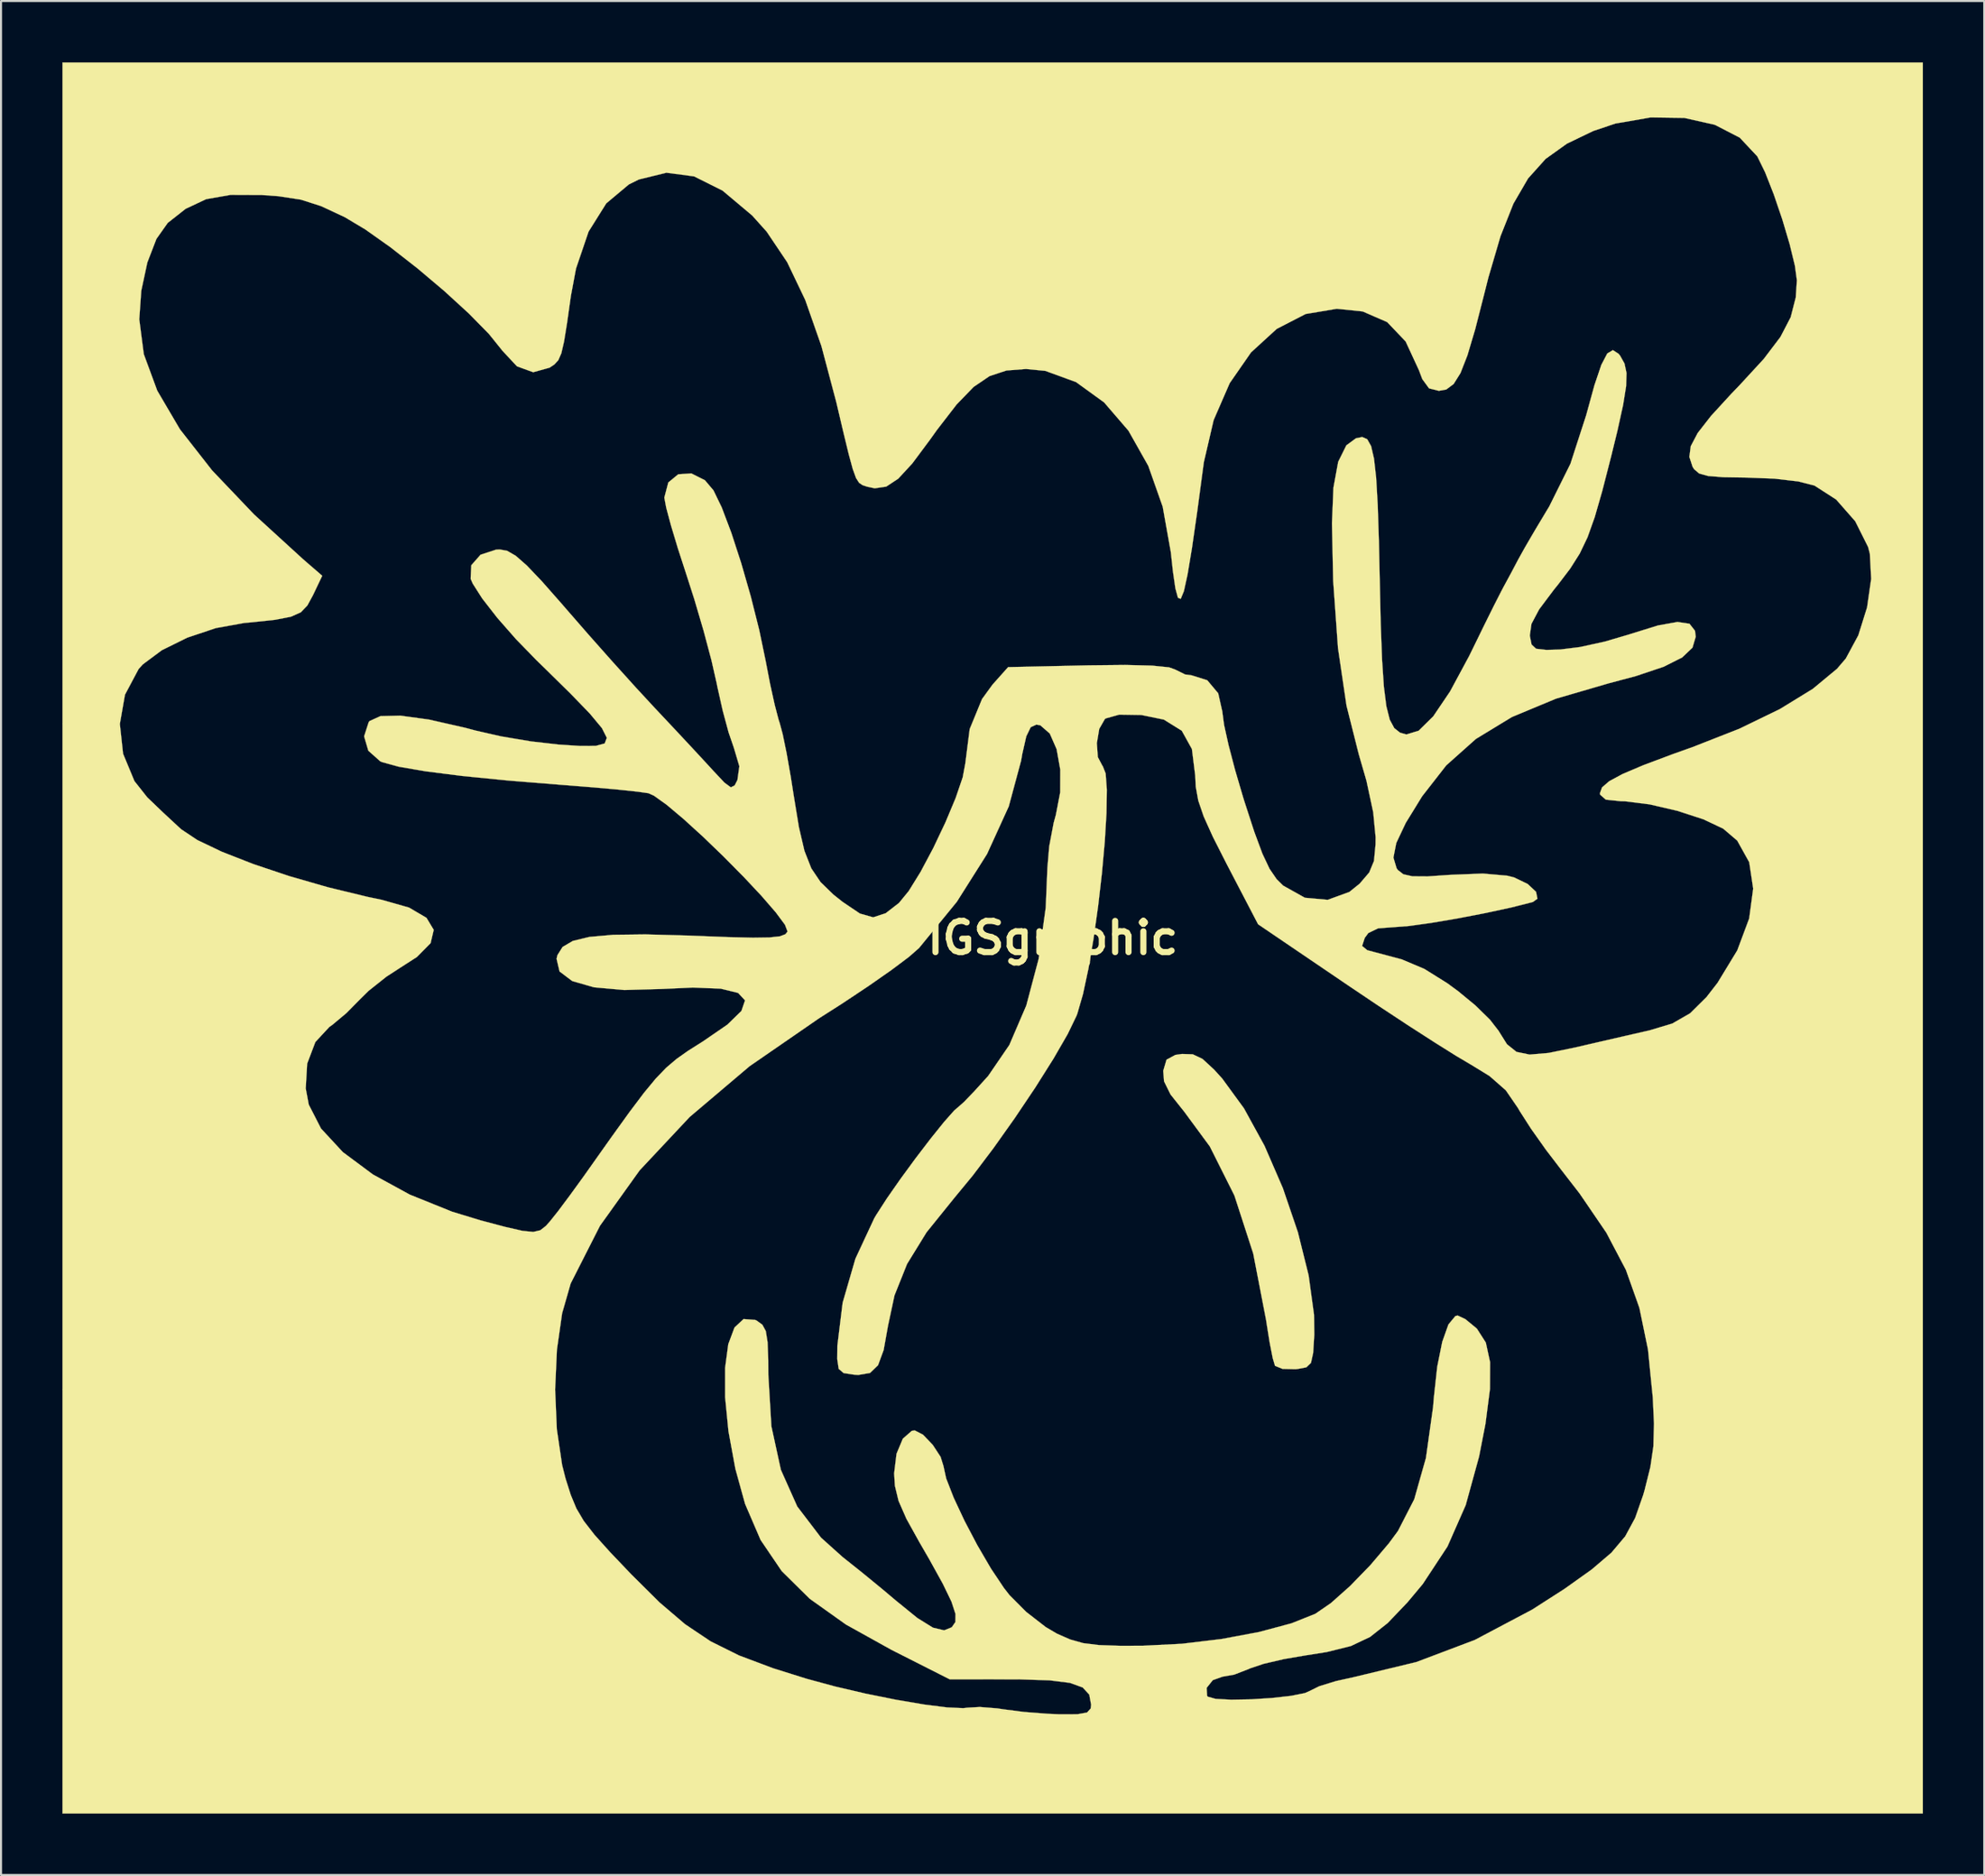
<source format=kicad_pcb>
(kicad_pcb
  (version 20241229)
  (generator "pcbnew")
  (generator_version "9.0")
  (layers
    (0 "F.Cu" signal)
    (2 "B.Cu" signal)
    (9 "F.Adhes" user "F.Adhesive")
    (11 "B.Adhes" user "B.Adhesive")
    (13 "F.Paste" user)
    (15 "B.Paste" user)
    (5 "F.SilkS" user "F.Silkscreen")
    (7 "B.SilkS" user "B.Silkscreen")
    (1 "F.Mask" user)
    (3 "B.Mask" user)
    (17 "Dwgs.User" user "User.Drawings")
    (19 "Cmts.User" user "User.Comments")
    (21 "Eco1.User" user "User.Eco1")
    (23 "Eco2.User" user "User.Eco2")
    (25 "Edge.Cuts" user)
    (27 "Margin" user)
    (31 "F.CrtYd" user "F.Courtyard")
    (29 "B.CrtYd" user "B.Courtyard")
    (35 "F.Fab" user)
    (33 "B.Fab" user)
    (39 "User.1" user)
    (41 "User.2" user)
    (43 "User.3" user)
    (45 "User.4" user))
  (footprint "TestFIGSgraphic"
    (layer "F.Cu")
    (at 45.458 42.784)
    (property "Reference" "TestFIGSgraphic" (at 0 0 0) (layer "F.SilkS") (effects (font (size 1.524 1.524) (thickness 0.3))))
    (attr through_hole)
    (fp_poly (pts (xy 9.781 5.684) (xy 10.255 5.909) (xy 10.822 6.432) (xy 11.218 6.868) (xy 12.282 8.325) (xy 13.287 10.157) (xy 14.182 12.222) (xy 14.917 14.379) (xy 15.442 16.489) (xy 15.705 18.41) (xy 15.718 19.384) (xy 15.663 20.273) (xy 15.557 20.761) (xy 15.33 20.979) (xy 14.908 21.059) (xy 14.797 21.07) (xy 14.165 21.056) (xy 13.803 20.908) (xy 13.798 20.901) (xy 13.687 20.528) (xy 13.54 19.779) (xy 13.384 18.805) (xy 13.366 18.68) (xy 12.735 15.419) (xy 11.815 12.583) (xy 10.613 10.185) (xy 9.368 8.494) (xy 8.695 7.648) (xy 8.376 7.003) (xy 8.337 6.489) (xy 8.498 5.947) (xy 8.93 5.714) (xy 9.256 5.667) (xy 9.781 5.684)) (stroke (width 0.01) (type solid)) (fill yes) (layer "F.SilkS"))
    (fp_poly (pts (xy 45.453 42.779) (xy -45.453 42.779) (xy -45.453 22.065) (xy -21.381 22.065) (xy -21.298 24) (xy -21.039 25.753) (xy -20.871 26.416) (xy -20.614 27.22) (xy -20.342 27.875) (xy -19.981 28.486) (xy -19.459 29.159) (xy -18.703 30.001) (xy -17.661 31.094) (xy -16.275 32.47) (xy -15.028 33.534) (xy -13.78 34.37) (xy -12.395 35.058) (xy -10.732 35.683) (xy -9.086 36.199) (xy -7.712 36.572) (xy -6.222 36.92) (xy -4.732 37.221) (xy -3.359 37.455) (xy -2.221 37.599) (xy -1.432 37.634) (xy -1.235 37.612) (xy -0.625 37.577) (xy 0.225 37.645) (xy 0.535 37.692) (xy 1.527 37.819) (xy 2.7 37.91) (xy 3.275 37.933) (xy 4.151 37.93) (xy 4.615 37.847) (xy 4.793 37.648) (xy 4.813 37.464) (xy 4.722 36.971) (xy 4.401 36.623) (xy 3.78 36.398) (xy 2.787 36.274) (xy 1.351 36.228) (xy 0.914 36.226) (xy -2.099 36.223) (xy -4.934 34.789) (xy -7.17 33.546) (xy -8.939 32.287) (xy -10.307 30.935) (xy -11.338 29.416) (xy -12.097 27.654) (xy -12.572 25.935) (xy -12.909 24.103) (xy -13.073 22.439) (xy -13.073 21.002) (xy -12.918 19.848) (xy -12.615 19.035) (xy -12.172 18.621) (xy -11.599 18.664) (xy -11.528 18.699) (xy -11.254 18.897) (xy -11.085 19.209) (xy -10.998 19.753) (xy -10.965 20.649) (xy -10.962 21.343) (xy -10.813 23.858) (xy -10.35 25.984) (xy -9.549 27.779) (xy -8.386 29.303) (xy -7.344 30.239) (xy -6.374 31.012) (xy -5.385 31.823) (xy -4.724 32.38) (xy -3.681 33.227) (xy -2.919 33.7) (xy -2.37 33.832) (xy -1.996 33.68) (xy -1.819 33.424) (xy -1.815 33.03) (xy -2.01 32.432) (xy -2.431 31.56) (xy -3.103 30.345) (xy -3.578 29.525) (xy -4.216 28.375) (xy -4.597 27.505) (xy -4.776 26.762) (xy -4.813 26.16) (xy -4.696 25.202) (xy -4.388 24.466) (xy -3.954 24.087) (xy -3.808 24.063) (xy -3.402 24.272) (xy -2.927 24.769) (xy -2.543 25.355) (xy -2.406 25.795) (xy -2.27 26.412) (xy -1.905 27.349) (xy -1.375 28.48) (xy -0.746 29.676) (xy -0.082 30.813) (xy 0.552 31.762) (xy 0.822 32.108) (xy 1.642 32.932) (xy 2.593 33.67) (xy 3.15 33.998) (xy 3.791 34.278) (xy 4.427 34.457) (xy 5.2 34.553) (xy 6.254 34.588) (xy 7.353 34.584) (xy 9.247 34.488) (xy 11.184 34.256) (xy 13.018 33.913) (xy 14.605 33.488) (xy 15.77 33.023) (xy 16.533 32.498) (xy 17.472 31.662) (xy 18.459 30.645) (xy 19.366 29.576) (xy 19.808 28.976) (xy 20.603 27.428) (xy 21.174 25.413) (xy 21.524 22.921) (xy 21.562 22.459) (xy 21.727 20.949) (xy 21.972 19.733) (xy 22.274 18.884) (xy 22.613 18.475) (xy 22.725 18.448) (xy 23.098 18.623) (xy 23.616 19.048) (xy 23.674 19.105) (xy 24.1 19.769) (xy 24.309 20.73) (xy 24.303 22.038) (xy 24.082 23.745) (xy 23.771 25.338) (xy 23.118 27.711) (xy 22.227 29.734) (xy 21.019 31.568) (xy 20.27 32.464) (xy 19.305 33.474) (xy 18.442 34.155) (xy 17.508 34.597) (xy 16.328 34.891) (xy 15.329 35.048) (xy 14.225 35.237) (xy 13.241 35.467) (xy 12.571 35.692) (xy 12.524 35.716) (xy 11.807 35.994) (xy 11.234 36.095) (xy 10.757 36.265) (xy 10.457 36.644) (xy 10.48 37.032) (xy 10.516 37.075) (xy 10.897 37.181) (xy 11.651 37.221) (xy 12.621 37.204) (xy 13.65 37.138) (xy 14.582 37.033) (xy 15.26 36.897) (xy 15.495 36.793) (xy 15.964 36.562) (xy 16.777 36.312) (xy 17.646 36.119) (xy 20.703 35.382) (xy 23.56 34.303) (xy 26.367 32.818) (xy 27.94 31.809) (xy 29.278 30.856) (xy 30.238 30.037) (xy 30.914 29.236) (xy 31.399 28.338) (xy 31.789 27.225) (xy 31.86 26.981) (xy 32.143 25.85) (xy 32.29 24.84) (xy 32.319 23.727) (xy 32.261 22.459) (xy 32.026 20.108) (xy 31.606 18.073) (xy 30.946 16.216) (xy 29.99 14.399) (xy 28.684 12.485) (xy 27.824 11.375) (xy 27.045 10.357) (xy 26.312 9.322) (xy 25.759 8.46) (xy 25.667 8.301) (xy 25.077 7.442) (xy 24.281 6.744) (xy 23.395 6.201) (xy 22.661 5.767) (xy 21.589 5.095) (xy 20.28 4.252) (xy 18.837 3.301) (xy 17.382 2.323) (xy 12.973 -0.67) (xy 11.44 -3.61) (xy 10.763 -4.944) (xy 10.314 -5.939) (xy 10.049 -6.715) (xy 9.926 -7.396) (xy 9.9 -7.939) (xy 9.739 -9.234) (xy 9.243 -10.128) (xy 8.368 -10.672) (xy 7.271 -10.897) (xy 6.188 -10.915) (xy 5.528 -10.73) (xy 5.482 -10.696) (xy 5.209 -10.218) (xy 5.092 -9.52) (xy 5.14 -8.839) (xy 5.366 -8.411) (xy 5.379 -8.402) (xy 5.522 -8.038) (xy 5.58 -7.24) (xy 5.562 -6.1) (xy 5.479 -4.711) (xy 5.34 -3.165) (xy 5.154 -1.554) (xy 4.931 0.029) (xy 4.682 1.492) (xy 4.415 2.742) (xy 4.141 3.687) (xy 4.098 3.803) (xy 3.665 4.699) (xy 2.969 5.903) (xy 2.086 7.304) (xy 1.087 8.792) (xy 0.047 10.259) (xy -0.961 11.594) (xy -1.863 12.688) (xy -1.873 12.7) (xy -3.23 14.382) (xy -4.182 15.928) (xy -4.796 17.463) (xy -5.112 18.938) (xy -5.326 20.132) (xy -5.6 20.876) (xy -5.992 21.254) (xy -6.563 21.351) (xy -6.795 21.336) (xy -7.283 21.259) (xy -7.522 21.055) (xy -7.594 20.577) (xy -7.587 19.919) (xy -7.33 17.827) (xy -6.706 15.673) (xy -5.785 13.697) (xy -5.692 13.539) (xy -5.172 12.732) (xy -4.5 11.769) (xy -3.756 10.754) (xy -3.018 9.79) (xy -2.365 8.979) (xy -1.874 8.426) (xy -1.654 8.238) (xy -1.397 8.01) (xy -0.895 7.488) (xy -0.255 6.783) (xy -0.22 6.744) (xy 0.815 5.232) (xy 1.645 3.301) (xy 2.246 1.036) (xy 2.595 -1.481) (xy 2.677 -3.428) (xy 2.765 -4.473) (xy 2.982 -5.622) (xy 3.09 -6.016) (xy 3.302 -7.119) (xy 3.305 -8.231) (xy 3.126 -9.23) (xy 2.792 -9.992) (xy 2.329 -10.394) (xy 2.136 -10.427) (xy 1.86 -10.3) (xy 1.644 -9.856) (xy 1.449 -8.999) (xy 1.392 -8.669) (xy 0.788 -6.431) (xy -0.274 -4.103) (xy -1.75 -1.769) (xy -3.594 0.487) (xy -3.594 0.488) (xy -4.089 0.922) (xy -4.949 1.567) (xy -6.079 2.356) (xy -7.386 3.225) (xy -8.474 3.918) (xy -11.879 6.266) (xy -14.809 8.749) (xy -17.25 11.353) (xy -19.189 14.063) (xy -20.612 16.865) (xy -20.624 16.893) (xy -21.039 18.338) (xy -21.293 20.119) (xy -21.381 22.065) (xy -45.453 22.065) (xy -45.453 -10.46) (xy -42.652 -10.46) (xy -42.494 -9.003) (xy -41.939 -7.666) (xy -41.311 -6.872) (xy -40.555 -6.147) (xy -39.789 -5.436) (xy -39.643 -5.304) (xy -38.868 -4.788) (xy -37.665 -4.213) (xy -36.132 -3.613) (xy -34.369 -3.022) (xy -32.473 -2.476) (xy -30.544 -2.009) (xy -29.854 -1.865) (xy -28.518 -1.485) (xy -27.667 -0.985) (xy -27.313 -0.397) (xy -27.466 0.252) (xy -28.138 0.931) (xy -28.691 1.285) (xy -29.628 1.892) (xy -30.496 2.583) (xy -30.901 2.981) (xy -31.576 3.665) (xy -32.265 4.242) (xy -32.412 4.344) (xy -33.098 5.084) (xy -33.498 6.14) (xy -33.568 7.352) (xy -33.419 8.144) (xy -32.82 9.312) (xy -31.753 10.464) (xy -30.285 11.555) (xy -28.483 12.54) (xy -26.414 13.375) (xy -25.039 13.794) (xy -23.806 14.121) (xy -22.978 14.31) (xy -22.447 14.363) (xy -22.101 14.281) (xy -21.829 14.066) (xy -21.624 13.836) (xy -21.228 13.338) (xy -20.638 12.548) (xy -19.964 11.618) (xy -19.784 11.363) (xy -18.642 9.75) (xy -17.747 8.507) (xy -17.04 7.569) (xy -16.46 6.868) (xy -15.949 6.337) (xy -15.446 5.91) (xy -14.892 5.519) (xy -14.227 5.098) (xy -14.163 5.058) (xy -12.963 4.234) (xy -12.275 3.564) (xy -12.099 3.048) (xy -12.436 2.685) (xy -13.284 2.476) (xy -14.644 2.421) (xy -16.146 2.49) (xy -18.001 2.542) (xy -19.478 2.41) (xy -20.543 2.104) (xy -21.164 1.636) (xy -21.309 1.015) (xy -21.267 0.838) (xy -21.016 0.438) (xy -20.515 0.144) (xy -19.709 -0.051) (xy -18.545 -0.155) (xy -16.968 -0.175) (xy -14.922 -0.12) (xy -14.572 -0.106) (xy -12.915 -0.042) (xy -11.717 -0.014) (xy -10.902 -0.026) (xy -10.397 -0.081) (xy -10.127 -0.183) (xy -10.022 -0.316) (xy -10.147 -0.646) (xy -10.598 -1.253) (xy -11.3 -2.063) (xy -12.178 -2.999) (xy -13.155 -3.987) (xy -14.157 -4.952) (xy -15.108 -5.818) (xy -15.931 -6.51) (xy -16.552 -6.954) (xy -16.816 -7.074) (xy -17.342 -7.149) (xy -18.274 -7.248) (xy -19.486 -7.358) (xy -20.849 -7.467) (xy -20.988 -7.477) (xy -23.658 -7.693) (xy -25.905 -7.916) (xy -27.7 -8.143) (xy -29.02 -8.37) (xy -29.835 -8.594) (xy -29.926 -8.633) (xy -30.508 -9.151) (xy -30.714 -9.853) (xy -30.491 -10.544) (xy -30.448 -10.6) (xy -29.92 -10.84) (xy -28.941 -10.864) (xy -27.549 -10.673) (xy -25.779 -10.272) (xy -25.266 -10.135) (xy -24.015 -9.85) (xy -22.551 -9.604) (xy -21.227 -9.453) (xy -20.155 -9.382) (xy -19.395 -9.386) (xy -18.957 -9.506) (xy -18.853 -9.782) (xy -19.092 -10.255) (xy -19.685 -10.967) (xy -20.643 -11.957) (xy -21.975 -13.266) (xy -22.287 -13.569) (xy -23.293 -14.603) (xy -24.206 -15.644) (xy -24.939 -16.585) (xy -25.407 -17.318) (xy -25.507 -17.551) (xy -25.477 -18.214) (xy -25.026 -18.726) (xy -24.267 -18.975) (xy -24.084 -18.983) (xy -23.723 -18.917) (xy -23.307 -18.678) (xy -22.769 -18.207) (xy -22.043 -17.446) (xy -21.063 -16.335) (xy -20.868 -16.109) (xy -19.758 -14.834) (xy -18.562 -13.486) (xy -17.423 -12.225) (xy -16.486 -11.212) (xy -16.483 -11.21) (xy -15.56 -10.228) (xy -14.665 -9.269) (xy -13.93 -8.475) (xy -13.648 -8.167) (xy -13.102 -7.586) (xy -12.794 -7.362) (xy -12.608 -7.453) (xy -12.471 -7.719) (xy -12.377 -8.391) (xy -12.644 -9.291) (xy -12.903 -10.047) (xy -13.191 -11.116) (xy -13.453 -12.283) (xy -13.482 -12.433) (xy -13.741 -13.574) (xy -14.126 -15.018) (xy -14.581 -16.563) (xy -14.968 -17.767) (xy -15.38 -19.036) (xy -15.719 -20.162) (xy -15.951 -21.027) (xy -16.042 -21.511) (xy -16.042 -21.524) (xy -15.849 -22.259) (xy -15.363 -22.658) (xy -14.721 -22.7) (xy -14.06 -22.367) (xy -13.643 -21.873) (xy -13.239 -21.039) (xy -12.774 -19.811) (xy -12.287 -18.316) (xy -11.818 -16.684) (xy -11.406 -15.046) (xy -11.097 -13.559) (xy -10.875 -12.41) (xy -10.65 -11.39) (xy -10.461 -10.669) (xy -10.411 -10.517) (xy -10.262 -9.968) (xy -10.07 -9.035) (xy -9.864 -7.866) (xy -9.726 -6.986) (xy -9.468 -5.415) (xy -9.198 -4.26) (xy -8.863 -3.405) (xy -8.41 -2.732) (xy -7.785 -2.124) (xy -7.333 -1.765) (xy -6.485 -1.193) (xy -5.838 -1.009) (xy -5.227 -1.209) (xy -4.578 -1.711) (xy -4.101 -2.293) (xy -3.52 -3.232) (xy -2.902 -4.393) (xy -2.31 -5.64) (xy -1.808 -6.837) (xy -1.462 -7.85) (xy -1.335 -8.532) (xy -1.122 -10.206) (xy -0.519 -11.674) (xy -0.006 -12.38) (xy 0.757 -13.235) (xy 4.69 -13.322) (xy 6.482 -13.341) (xy 7.8 -13.308) (xy 8.622 -13.224) (xy 8.91 -13.121) (xy 9.405 -12.877) (xy 9.725 -12.834) (xy 10.488 -12.594) (xy 11.023 -11.956) (xy 11.229 -11.039) (xy 11.229 -11.018) (xy 11.309 -10.414) (xy 11.526 -9.433) (xy 11.849 -8.203) (xy 12.246 -6.853) (xy 12.304 -6.667) (xy 12.788 -5.182) (xy 13.182 -4.12) (xy 13.53 -3.383) (xy 13.877 -2.875) (xy 14.197 -2.559) (xy 15.258 -1.966) (xy 16.374 -1.864) (xy 17.432 -2.249) (xy 17.934 -2.653) (xy 18.402 -3.199) (xy 18.636 -3.763) (xy 18.712 -4.567) (xy 18.716 -4.923) (xy 18.599 -6.142) (xy 18.268 -7.684) (xy 17.894 -8.975) (xy 17.294 -11.352) (xy 16.877 -14.168) (xy 16.642 -17.446) (xy 16.583 -20.266) (xy 16.655 -22.009) (xy 16.887 -23.269) (xy 17.286 -24.073) (xy 17.751 -24.416) (xy 18.06 -24.48) (xy 18.305 -24.371) (xy 18.494 -24.036) (xy 18.636 -23.423) (xy 18.742 -22.478) (xy 18.818 -21.148) (xy 18.876 -19.38) (xy 18.915 -17.569) (xy 18.964 -15.35) (xy 19.029 -13.608) (xy 19.117 -12.286) (xy 19.239 -11.325) (xy 19.405 -10.667) (xy 19.626 -10.256) (xy 19.909 -10.032) (xy 20.222 -9.945) (xy 20.819 -10.128) (xy 21.531 -10.829) (xy 22.353 -12.045) (xy 23.284 -13.772) (xy 23.48 -14.171) (xy 24.007 -15.251) (xy 24.487 -16.219) (xy 24.845 -16.922) (xy 24.945 -17.112) (xy 25.358 -17.876) (xy 25.691 -18.507) (xy 26.012 -19.084) (xy 26.515 -19.946) (xy 27.1 -20.921) (xy 27.197 -21.08) (xy 28.237 -23.173) (xy 29.006 -25.545) (xy 29.411 -27.016) (xy 29.746 -28.006) (xy 30.036 -28.561) (xy 30.309 -28.725) (xy 30.59 -28.545) (xy 30.666 -28.448) (xy 30.876 -28.073) (xy 30.976 -27.608) (xy 30.956 -26.963) (xy 30.81 -26.05) (xy 30.53 -24.78) (xy 30.219 -23.51) (xy 29.787 -21.832) (xy 29.421 -20.561) (xy 29.072 -19.584) (xy 28.69 -18.786) (xy 28.226 -18.053) (xy 27.631 -17.271) (xy 27.426 -17.018) (xy 26.706 -16.058) (xy 26.331 -15.349) (xy 26.25 -14.787) (xy 26.253 -14.756) (xy 26.337 -14.338) (xy 26.558 -14.133) (xy 27.058 -14.076) (xy 27.735 -14.095) (xy 28.7 -14.216) (xy 29.907 -14.48) (xy 31.101 -14.831) (xy 31.15 -14.848) (xy 32.518 -15.272) (xy 33.468 -15.442) (xy 34.052 -15.356) (xy 34.322 -15.012) (xy 34.357 -14.72) (xy 34.2 -14.187) (xy 33.695 -13.708) (xy 32.794 -13.255) (xy 31.447 -12.803) (xy 30.12 -12.449) (xy 27.52 -11.691) (xy 25.375 -10.797) (xy 23.615 -9.726) (xy 22.166 -8.434) (xy 20.989 -6.925) (xy 20.187 -5.622) (xy 19.726 -4.645) (xy 19.584 -3.928) (xy 19.741 -3.405) (xy 19.805 -3.319) (xy 20.071 -3.113) (xy 20.513 -3.014) (xy 21.252 -3.009) (xy 22.348 -3.084) (xy 23.958 -3.148) (xy 25.148 -3.043) (xy 25.484 -2.958) (xy 26.148 -2.638) (xy 26.555 -2.256) (xy 26.623 -1.919) (xy 26.398 -1.758) (xy 25.358 -1.495) (xy 24.08 -1.218) (xy 22.718 -0.956) (xy 21.423 -0.736) (xy 20.351 -0.587) (xy 19.678 -0.535) (xy 18.836 -0.471) (xy 18.36 -0.243) (xy 18.185 -0.007) (xy 18.055 0.388) (xy 18.305 0.596) (xy 18.643 0.686) (xy 19.993 1.045) (xy 21.095 1.51) (xy 22.2 2.199) (xy 22.736 2.59) (xy 23.588 3.292) (xy 24.302 3.992) (xy 24.731 4.544) (xy 24.742 4.566) (xy 25.136 5.195) (xy 25.599 5.565) (xy 26.24 5.698) (xy 27.167 5.618) (xy 28.49 5.346) (xy 28.526 5.337) (xy 29.757 5.052) (xy 30.948 4.778) (xy 31.888 4.563) (xy 32.084 4.519) (xy 33.21 4.182) (xy 34.083 3.681) (xy 34.881 2.892) (xy 35.421 2.197) (xy 36.388 0.608) (xy 36.971 -0.952) (xy 37.167 -2.413) (xy 36.973 -3.704) (xy 36.387 -4.758) (xy 35.699 -5.344) (xy 34.732 -5.8) (xy 33.459 -6.215) (xy 32.107 -6.529) (xy 30.905 -6.679) (xy 30.691 -6.684) (xy 29.964 -6.76) (xy 29.685 -7.006) (xy 29.678 -7.078) (xy 29.781 -7.359) (xy 30.13 -7.66) (xy 30.782 -8.012) (xy 31.797 -8.443) (xy 33.234 -8.982) (xy 34.221 -9.334) (xy 36.494 -10.226) (xy 38.47 -11.185) (xy 40.082 -12.174) (xy 41.264 -13.154) (xy 41.691 -13.653) (xy 42.305 -14.79) (xy 42.732 -16.154) (xy 42.933 -17.548) (xy 42.868 -18.774) (xy 42.783 -19.105) (xy 42.153 -20.364) (xy 41.221 -21.425) (xy 40.161 -22.108) (xy 39.374 -22.309) (xy 38.21 -22.445) (xy 36.869 -22.497) (xy 35.706 -22.516) (xy 34.962 -22.576) (xy 34.524 -22.699) (xy 34.279 -22.908) (xy 34.204 -23.029) (xy 34.047 -23.508) (xy 34.117 -24.033) (xy 34.454 -24.674) (xy 35.099 -25.502) (xy 36.094 -26.588) (xy 36.496 -27.005) (xy 37.682 -28.293) (xy 38.497 -29.367) (xy 39 -30.335) (xy 39.248 -31.301) (xy 39.302 -32.137) (xy 39.206 -32.85) (xy 38.952 -33.894) (xy 38.591 -35.109) (xy 38.173 -36.336) (xy 37.75 -37.414) (xy 37.373 -38.183) (xy 37.363 -38.198) (xy 36.511 -39.107) (xy 35.293 -39.736) (xy 33.808 -40.071) (xy 32.154 -40.096) (xy 30.431 -39.797) (xy 29.348 -39.433) (xy 28.066 -38.816) (xy 27.021 -38.069) (xy 26.166 -37.116) (xy 25.448 -35.881) (xy 24.817 -34.289) (xy 24.223 -32.265) (xy 24.02 -31.46) (xy 23.578 -29.735) (xy 23.202 -28.471) (xy 22.862 -27.604) (xy 22.527 -27.069) (xy 22.168 -26.802) (xy 21.804 -26.737) (xy 21.326 -26.858) (xy 20.997 -27.31) (xy 20.835 -27.739) (xy 20.184 -29.147) (xy 19.281 -30.095) (xy 18.083 -30.616) (xy 16.821 -30.747) (xy 15.295 -30.491) (xy 13.881 -29.762) (xy 12.628 -28.616) (xy 11.584 -27.111) (xy 10.799 -25.305) (xy 10.322 -23.255) (xy 10.303 -23.117) (xy 9.996 -20.829) (xy 9.74 -19.052) (xy 9.525 -17.764) (xy 9.345 -16.944) (xy 9.191 -16.572) (xy 9.056 -16.626) (xy 8.931 -17.085) (xy 8.809 -17.928) (xy 8.709 -18.849) (xy 8.311 -21.074) (xy 7.606 -23.072) (xy 6.637 -24.789) (xy 5.447 -26.171) (xy 4.078 -27.163) (xy 2.575 -27.712) (xy 1.629 -27.805) (xy 0.677 -27.73) (xy -0.147 -27.459) (xy -0.93 -26.927) (xy -1.758 -26.072) (xy -2.72 -24.827) (xy -3.063 -24.347) (xy -3.927 -23.187) (xy -4.615 -22.442) (xy -5.201 -22.056) (xy -5.761 -21.974) (xy -6.136 -22.054) (xy -6.356 -22.128) (xy -6.526 -22.242) (xy -6.676 -22.477) (xy -6.834 -22.913) (xy -7.029 -23.628) (xy -7.291 -24.705) (xy -7.644 -26.202) (xy -8.368 -28.928) (xy -9.158 -31.18) (xy -10.039 -33.022) (xy -11.041 -34.513) (xy -11.749 -35.303) (xy -13.197 -36.52) (xy -14.587 -37.215) (xy -15.943 -37.394) (xy -17.29 -37.064) (xy -17.78 -36.82) (xy -18.881 -35.897) (xy -19.746 -34.517) (xy -20.36 -32.713) (xy -20.609 -31.384) (xy -20.798 -30.051) (xy -20.944 -29.148) (xy -21.076 -28.575) (xy -21.225 -28.234) (xy -21.419 -28.023) (xy -21.65 -27.869) (xy -22.452 -27.646) (xy -23.244 -27.934) (xy -23.97 -28.711) (xy -23.984 -28.733) (xy -24.62 -29.522) (xy -25.593 -30.512) (xy -26.793 -31.611) (xy -28.111 -32.724) (xy -29.437 -33.76) (xy -30.661 -34.626) (xy -31.666 -35.226) (xy -32.815 -35.762) (xy -33.802 -36.078) (xy -34.895 -36.246) (xy -35.714 -36.305) (xy -37.248 -36.311) (xy -38.435 -36.102) (xy -39.435 -35.632) (xy -40.311 -34.943) (xy -40.863 -34.163) (xy -41.309 -33.006) (xy -41.605 -31.625) (xy -41.703 -30.231) (xy -41.482 -28.529) (xy -40.824 -26.745) (xy -39.716 -24.858) (xy -38.144 -22.849) (xy -36.095 -20.698) (xy -33.693 -18.504) (xy -32.762 -17.699) (xy -33.218 -16.744) (xy -33.487 -16.249) (xy -33.808 -15.915) (xy -34.294 -15.698) (xy -35.058 -15.55) (xy -36.214 -15.426) (xy -36.573 -15.394) (xy -37.959 -15.144) (xy -39.356 -14.676) (xy -40.601 -14.061) (xy -41.529 -13.37) (xy -41.733 -13.145) (xy -42.401 -11.889) (xy -42.652 -10.46) (xy -45.453 -10.46) (xy -45.453 -42.779) (xy 45.453 -42.779) (xy 45.453 42.779)) (stroke (width 0.01) (type solid)) (fill yes) (layer "F.SilkS")))
  (gr_rect
    (start -3 -3)
    (end 93.915 88.568)
    (stroke (width 0.1) (type default))
    (fill no)
    (layer "Edge.Cuts")))
</source>
